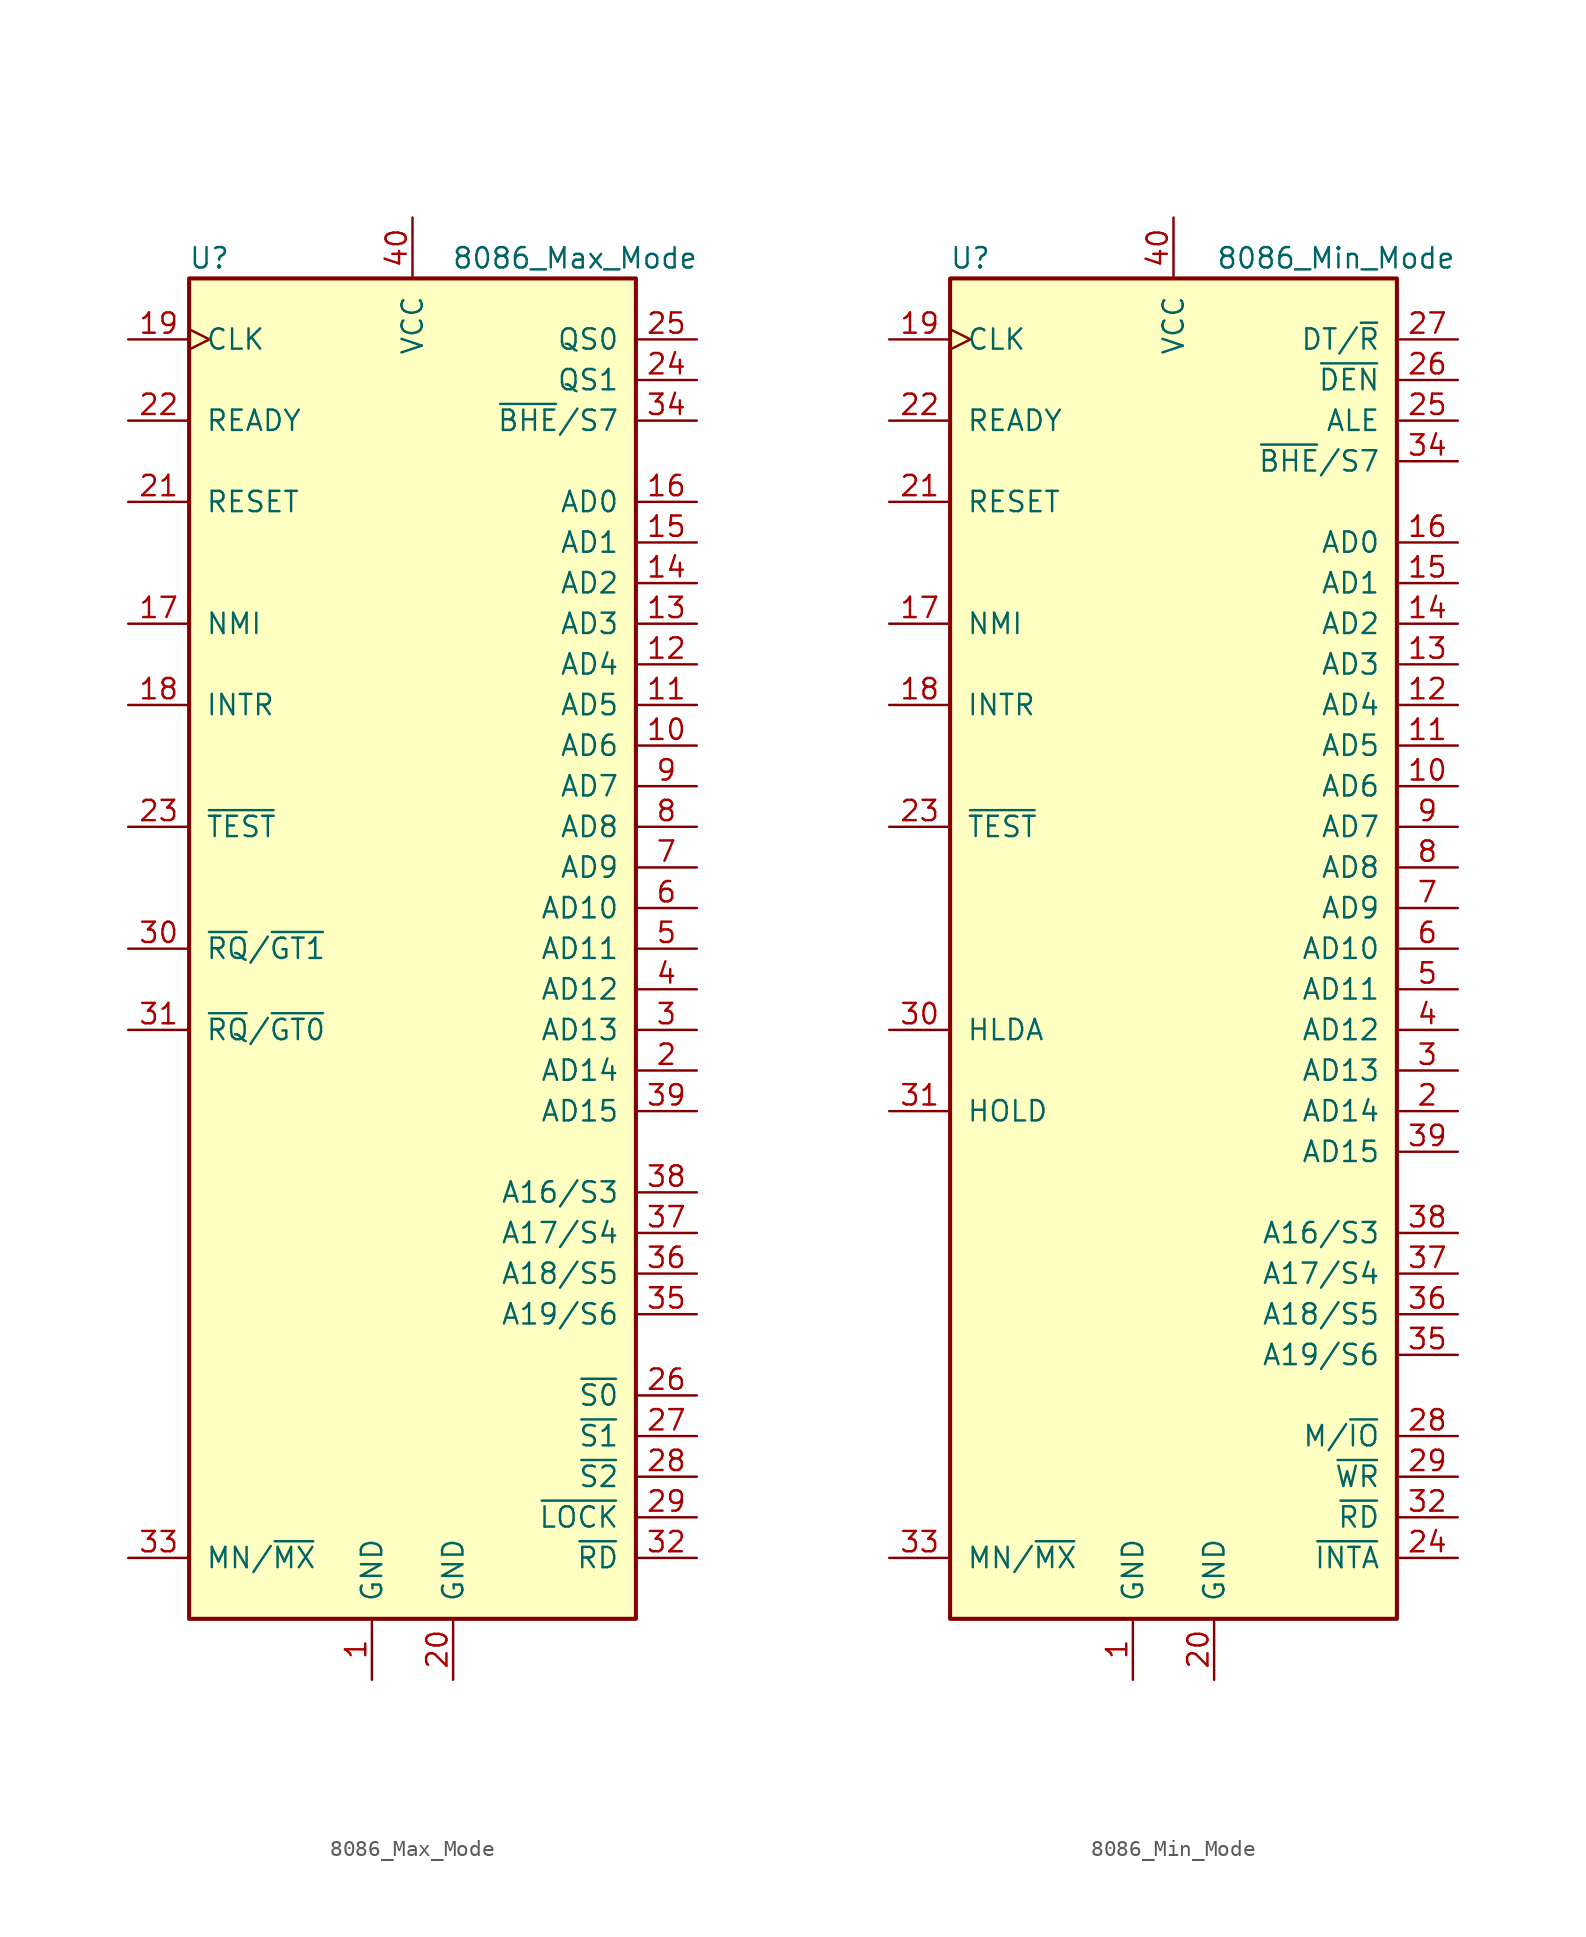
<source format=kicad_sym>
(kicad_symbol_lib
  (version 20241209)
  (generator "kicad_symbol_editor")
  (generator_version "9.0")
  (symbol "8086_Max_Mode"
    (pin_names
      (offset 1.016))
    (property "Reference" "U"
      (at -12.7 43.18 0)
      (effects (font (size 1.27 1.27))))
    (property "Value" "8086_Max_Mode"
      (at 10.16 43.18 0)
      (effects (font (size 1.27 1.27))))
    (symbol "8086_Max_Mode_0_1"
      (rectangle (start 13.97 -41.91) (end -13.97 41.91) (stroke (width 0.254) (type default)) (fill (type background))))
    (symbol "8086_Max_Mode_1_1"
      (pin input clock (at -17.78 38.1 0) (length 3.81) (name "CLK" (effects (font (size 1.27 1.27)))) (number "19" (effects (font (size 1.27 1.27)))))
      (pin input line (at -17.78 33.02 0) (length 3.81) (name "READY" (effects (font (size 1.27 1.27)))) (number "22" (effects (font (size 1.27 1.27)))))
      (pin input line (at -17.78 27.94 0) (length 3.81) (name "RESET" (effects (font (size 1.27 1.27)))) (number "21" (effects (font (size 1.27 1.27)))))
      (pin input line (at -17.78 20.32 0) (length 3.81) (name "NMI" (effects (font (size 1.27 1.27)))) (number "17" (effects (font (size 1.27 1.27)))))
      (pin input line (at -17.78 15.24 0) (length 3.81) (name "INTR" (effects (font (size 1.27 1.27)))) (number "18" (effects (font (size 1.27 1.27)))))
      (pin input line (at -17.78 7.62 0) (length 3.81) (name "~{TEST}" (effects (font (size 1.27 1.27)))) (number "23" (effects (font (size 1.27 1.27)))))
      (pin bidirectional line (at -17.78 0 0) (length 3.81) (name "~{RQ}/~{GT1}" (effects (font (size 1.27 1.27)))) (number "30" (effects (font (size 1.27 1.27)))))
      (pin bidirectional line (at -17.78 -5.08 0) (length 3.81) (name "~{RQ}/~{GT0}" (effects (font (size 1.27 1.27)))) (number "31" (effects (font (size 1.27 1.27)))))
      (pin input line (at -17.78 -38.1 0) (length 3.81) (name "MN/~{MX}" (effects (font (size 1.27 1.27)))) (number "33" (effects (font (size 1.27 1.27)))))
      (pin power_in line (at -2.54 -45.72 90) (length 3.81) (name "GND" (effects (font (size 1.27 1.27)))) (number "1" (effects (font (size 1.27 1.27)))))
      (pin power_in line (at 0 45.72 270) (length 3.81) (name "VCC" (effects (font (size 1.27 1.27)))) (number "40" (effects (font (size 1.27 1.27)))))
      (pin power_in line (at 2.54 -45.72 90) (length 3.81) (name "GND" (effects (font (size 1.27 1.27)))) (number "20" (effects (font (size 1.27 1.27)))))
      (pin output line (at 17.78 38.1 180) (length 3.81) (name "QS0" (effects (font (size 1.27 1.27)))) (number "25" (effects (font (size 1.27 1.27)))))
      (pin output line (at 17.78 35.56 180) (length 3.81) (name "QS1" (effects (font (size 1.27 1.27)))) (number "24" (effects (font (size 1.27 1.27)))))
      (pin output line (at 17.78 33.02 180) (length 3.81) (name "~{BHE}/S7" (effects (font (size 1.27 1.27)))) (number "34" (effects (font (size 1.27 1.27)))))
      (pin bidirectional line (at 17.78 27.94 180) (length 3.81) (name "AD0" (effects (font (size 1.27 1.27)))) (number "16" (effects (font (size 1.27 1.27)))))
      (pin bidirectional line (at 17.78 25.4 180) (length 3.81) (name "AD1" (effects (font (size 1.27 1.27)))) (number "15" (effects (font (size 1.27 1.27)))))
      (pin bidirectional line (at 17.78 22.86 180) (length 3.81) (name "AD2" (effects (font (size 1.27 1.27)))) (number "14" (effects (font (size 1.27 1.27)))))
      (pin bidirectional line (at 17.78 20.32 180) (length 3.81) (name "AD3" (effects (font (size 1.27 1.27)))) (number "13" (effects (font (size 1.27 1.27)))))
      (pin bidirectional line (at 17.78 17.78 180) (length 3.81) (name "AD4" (effects (font (size 1.27 1.27)))) (number "12" (effects (font (size 1.27 1.27)))))
      (pin bidirectional line (at 17.78 15.24 180) (length 3.81) (name "AD5" (effects (font (size 1.27 1.27)))) (number "11" (effects (font (size 1.27 1.27)))))
      (pin bidirectional line (at 17.78 12.7 180) (length 3.81) (name "AD6" (effects (font (size 1.27 1.27)))) (number "10" (effects (font (size 1.27 1.27)))))
      (pin bidirectional line (at 17.78 10.16 180) (length 3.81) (name "AD7" (effects (font (size 1.27 1.27)))) (number "9" (effects (font (size 1.27 1.27)))))
      (pin bidirectional line (at 17.78 7.62 180) (length 3.81) (name "AD8" (effects (font (size 1.27 1.27)))) (number "8" (effects (font (size 1.27 1.27)))))
      (pin bidirectional line (at 17.78 5.08 180) (length 3.81) (name "AD9" (effects (font (size 1.27 1.27)))) (number "7" (effects (font (size 1.27 1.27)))))
      (pin bidirectional line (at 17.78 2.54 180) (length 3.81) (name "AD10" (effects (font (size 1.27 1.27)))) (number "6" (effects (font (size 1.27 1.27)))))
      (pin bidirectional line (at 17.78 0 180) (length 3.81) (name "AD11" (effects (font (size 1.27 1.27)))) (number "5" (effects (font (size 1.27 1.27)))))
      (pin bidirectional line (at 17.78 -2.54 180) (length 3.81) (name "AD12" (effects (font (size 1.27 1.27)))) (number "4" (effects (font (size 1.27 1.27)))))
      (pin bidirectional line (at 17.78 -5.08 180) (length 3.81) (name "AD13" (effects (font (size 1.27 1.27)))) (number "3" (effects (font (size 1.27 1.27)))))
      (pin bidirectional line (at 17.78 -7.62 180) (length 3.81) (name "AD14" (effects (font (size 1.27 1.27)))) (number "2" (effects (font (size 1.27 1.27)))))
      (pin bidirectional line (at 17.78 -10.16 180) (length 3.81) (name "AD15" (effects (font (size 1.27 1.27)))) (number "39" (effects (font (size 1.27 1.27)))))
      (pin output line (at 17.78 -15.24 180) (length 3.81) (name "A16/S3" (effects (font (size 1.27 1.27)))) (number "38" (effects (font (size 1.27 1.27)))))
      (pin output line (at 17.78 -17.78 180) (length 3.81) (name "A17/S4" (effects (font (size 1.27 1.27)))) (number "37" (effects (font (size 1.27 1.27)))))
      (pin output line (at 17.78 -20.32 180) (length 3.81) (name "A18/S5" (effects (font (size 1.27 1.27)))) (number "36" (effects (font (size 1.27 1.27)))))
      (pin output line (at 17.78 -22.86 180) (length 3.81) (name "A19/S6" (effects (font (size 1.27 1.27)))) (number "35" (effects (font (size 1.27 1.27)))))
      (pin output line (at 17.78 -27.94 180) (length 3.81) (name "~{S0}" (effects (font (size 1.27 1.27)))) (number "26" (effects (font (size 1.27 1.27)))))
      (pin output line (at 17.78 -30.48 180) (length 3.81) (name "~{S1}" (effects (font (size 1.27 1.27)))) (number "27" (effects (font (size 1.27 1.27)))))
      (pin output line (at 17.78 -33.02 180) (length 3.81) (name "~{S2}" (effects (font (size 1.27 1.27)))) (number "28" (effects (font (size 1.27 1.27)))))
      (pin output line (at 17.78 -35.56 180) (length 3.81) (name "~{LOCK}" (effects (font (size 1.27 1.27)))) (number "29" (effects (font (size 1.27 1.27)))))
      (pin output line (at 17.78 -38.1 180) (length 3.81) (name "~{RD}" (effects (font (size 1.27 1.27)))) (number "32" (effects (font (size 1.27 1.27)))))))
  (symbol "8086_Min_Mode"
    (pin_names
      (offset 1.016))
    (property "Reference" "U"
      (at -12.7 43.18 0)
      (effects (font (size 1.27 1.27))))
    (property "Value" "8086_Min_Mode"
      (at 10.16 43.18 0)
      (effects (font (size 1.27 1.27))))
    (symbol "8086_Min_Mode_0_1"
      (rectangle (start 13.97 -41.91) (end -13.97 41.91) (stroke (width 0.254) (type default)) (fill (type background))))
    (symbol "8086_Min_Mode_1_1"
      (pin input clock (at -17.78 38.1 0) (length 3.81) (name "CLK" (effects (font (size 1.27 1.27)))) (number "19" (effects (font (size 1.27 1.27)))))
      (pin input line (at -17.78 33.02 0) (length 3.81) (name "READY" (effects (font (size 1.27 1.27)))) (number "22" (effects (font (size 1.27 1.27)))))
      (pin input line (at -17.78 27.94 0) (length 3.81) (name "RESET" (effects (font (size 1.27 1.27)))) (number "21" (effects (font (size 1.27 1.27)))))
      (pin input line (at -17.78 20.32 0) (length 3.81) (name "NMI" (effects (font (size 1.27 1.27)))) (number "17" (effects (font (size 1.27 1.27)))))
      (pin input line (at -17.78 15.24 0) (length 3.81) (name "INTR" (effects (font (size 1.27 1.27)))) (number "18" (effects (font (size 1.27 1.27)))))
      (pin input line (at -17.78 7.62 0) (length 3.81) (name "~{TEST}" (effects (font (size 1.27 1.27)))) (number "23" (effects (font (size 1.27 1.27)))))
      (pin output line (at -17.78 -5.08 0) (length 3.81) (name "HLDA" (effects (font (size 1.27 1.27)))) (number "30" (effects (font (size 1.27 1.27)))))
      (pin input line (at -17.78 -10.16 0) (length 3.81) (name "HOLD" (effects (font (size 1.27 1.27)))) (number "31" (effects (font (size 1.27 1.27)))))
      (pin input line (at -17.78 -38.1 0) (length 3.81) (name "MN/~{MX}" (effects (font (size 1.27 1.27)))) (number "33" (effects (font (size 1.27 1.27)))))
      (pin power_in line (at -2.54 -45.72 90) (length 3.81) (name "GND" (effects (font (size 1.27 1.27)))) (number "1" (effects (font (size 1.27 1.27)))))
      (pin power_in line (at 0 45.72 270) (length 3.81) (name "VCC" (effects (font (size 1.27 1.27)))) (number "40" (effects (font (size 1.27 1.27)))))
      (pin power_in line (at 2.54 -45.72 90) (length 3.81) (name "GND" (effects (font (size 1.27 1.27)))) (number "20" (effects (font (size 1.27 1.27)))))
      (pin output line (at 17.78 38.1 180) (length 3.81) (name "DT/~{R}" (effects (font (size 1.27 1.27)))) (number "27" (effects (font (size 1.27 1.27)))))
      (pin output line (at 17.78 35.56 180) (length 3.81) (name "~{DEN}" (effects (font (size 1.27 1.27)))) (number "26" (effects (font (size 1.27 1.27)))))
      (pin output line (at 17.78 33.02 180) (length 3.81) (name "ALE" (effects (font (size 1.27 1.27)))) (number "25" (effects (font (size 1.27 1.27)))))
      (pin output line (at 17.78 30.48 180) (length 3.81) (name "~{BHE}/S7" (effects (font (size 1.27 1.27)))) (number "34" (effects (font (size 1.27 1.27)))))
      (pin bidirectional line (at 17.78 25.4 180) (length 3.81) (name "AD0" (effects (font (size 1.27 1.27)))) (number "16" (effects (font (size 1.27 1.27)))))
      (pin bidirectional line (at 17.78 22.86 180) (length 3.81) (name "AD1" (effects (font (size 1.27 1.27)))) (number "15" (effects (font (size 1.27 1.27)))))
      (pin bidirectional line (at 17.78 20.32 180) (length 3.81) (name "AD2" (effects (font (size 1.27 1.27)))) (number "14" (effects (font (size 1.27 1.27)))))
      (pin bidirectional line (at 17.78 17.78 180) (length 3.81) (name "AD3" (effects (font (size 1.27 1.27)))) (number "13" (effects (font (size 1.27 1.27)))))
      (pin bidirectional line (at 17.78 15.24 180) (length 3.81) (name "AD4" (effects (font (size 1.27 1.27)))) (number "12" (effects (font (size 1.27 1.27)))))
      (pin bidirectional line (at 17.78 12.7 180) (length 3.81) (name "AD5" (effects (font (size 1.27 1.27)))) (number "11" (effects (font (size 1.27 1.27)))))
      (pin bidirectional line (at 17.78 10.16 180) (length 3.81) (name "AD6" (effects (font (size 1.27 1.27)))) (number "10" (effects (font (size 1.27 1.27)))))
      (pin bidirectional line (at 17.78 7.62 180) (length 3.81) (name "AD7" (effects (font (size 1.27 1.27)))) (number "9" (effects (font (size 1.27 1.27)))))
      (pin bidirectional line (at 17.78 5.08 180) (length 3.81) (name "AD8" (effects (font (size 1.27 1.27)))) (number "8" (effects (font (size 1.27 1.27)))))
      (pin bidirectional line (at 17.78 2.54 180) (length 3.81) (name "AD9" (effects (font (size 1.27 1.27)))) (number "7" (effects (font (size 1.27 1.27)))))
      (pin bidirectional line (at 17.78 0 180) (length 3.81) (name "AD10" (effects (font (size 1.27 1.27)))) (number "6" (effects (font (size 1.27 1.27)))))
      (pin bidirectional line (at 17.78 -2.54 180) (length 3.81) (name "AD11" (effects (font (size 1.27 1.27)))) (number "5" (effects (font (size 1.27 1.27)))))
      (pin bidirectional line (at 17.78 -5.08 180) (length 3.81) (name "AD12" (effects (font (size 1.27 1.27)))) (number "4" (effects (font (size 1.27 1.27)))))
      (pin bidirectional line (at 17.78 -7.62 180) (length 3.81) (name "AD13" (effects (font (size 1.27 1.27)))) (number "3" (effects (font (size 1.27 1.27)))))
      (pin bidirectional line (at 17.78 -10.16 180) (length 3.81) (name "AD14" (effects (font (size 1.27 1.27)))) (number "2" (effects (font (size 1.27 1.27)))))
      (pin bidirectional line (at 17.78 -12.7 180) (length 3.81) (name "AD15" (effects (font (size 1.27 1.27)))) (number "39" (effects (font (size 1.27 1.27)))))
      (pin output line (at 17.78 -17.78 180) (length 3.81) (name "A16/S3" (effects (font (size 1.27 1.27)))) (number "38" (effects (font (size 1.27 1.27)))))
      (pin output line (at 17.78 -20.32 180) (length 3.81) (name "A17/S4" (effects (font (size 1.27 1.27)))) (number "37" (effects (font (size 1.27 1.27)))))
      (pin output line (at 17.78 -22.86 180) (length 3.81) (name "A18/S5" (effects (font (size 1.27 1.27)))) (number "36" (effects (font (size 1.27 1.27)))))
      (pin output line (at 17.78 -25.4 180) (length 3.81) (name "A19/S6" (effects (font (size 1.27 1.27)))) (number "35" (effects (font (size 1.27 1.27)))))
      (pin output line (at 17.78 -30.48 180) (length 3.81) (name "M/~{IO}" (effects (font (size 1.27 1.27)))) (number "28" (effects (font (size 1.27 1.27)))))
      (pin output line (at 17.78 -33.02 180) (length 3.81) (name "~{WR}" (effects (font (size 1.27 1.27)))) (number "29" (effects (font (size 1.27 1.27)))))
      (pin output line (at 17.78 -35.56 180) (length 3.81) (name "~{RD}" (effects (font (size 1.27 1.27)))) (number "32" (effects (font (size 1.27 1.27)))))
      (pin output line (at 17.78 -38.1 180) (length 3.81) (name "~{INTA}" (effects (font (size 1.27 1.27)))) (number "24" (effects (font (size 1.27 1.27))))))))
</source>
